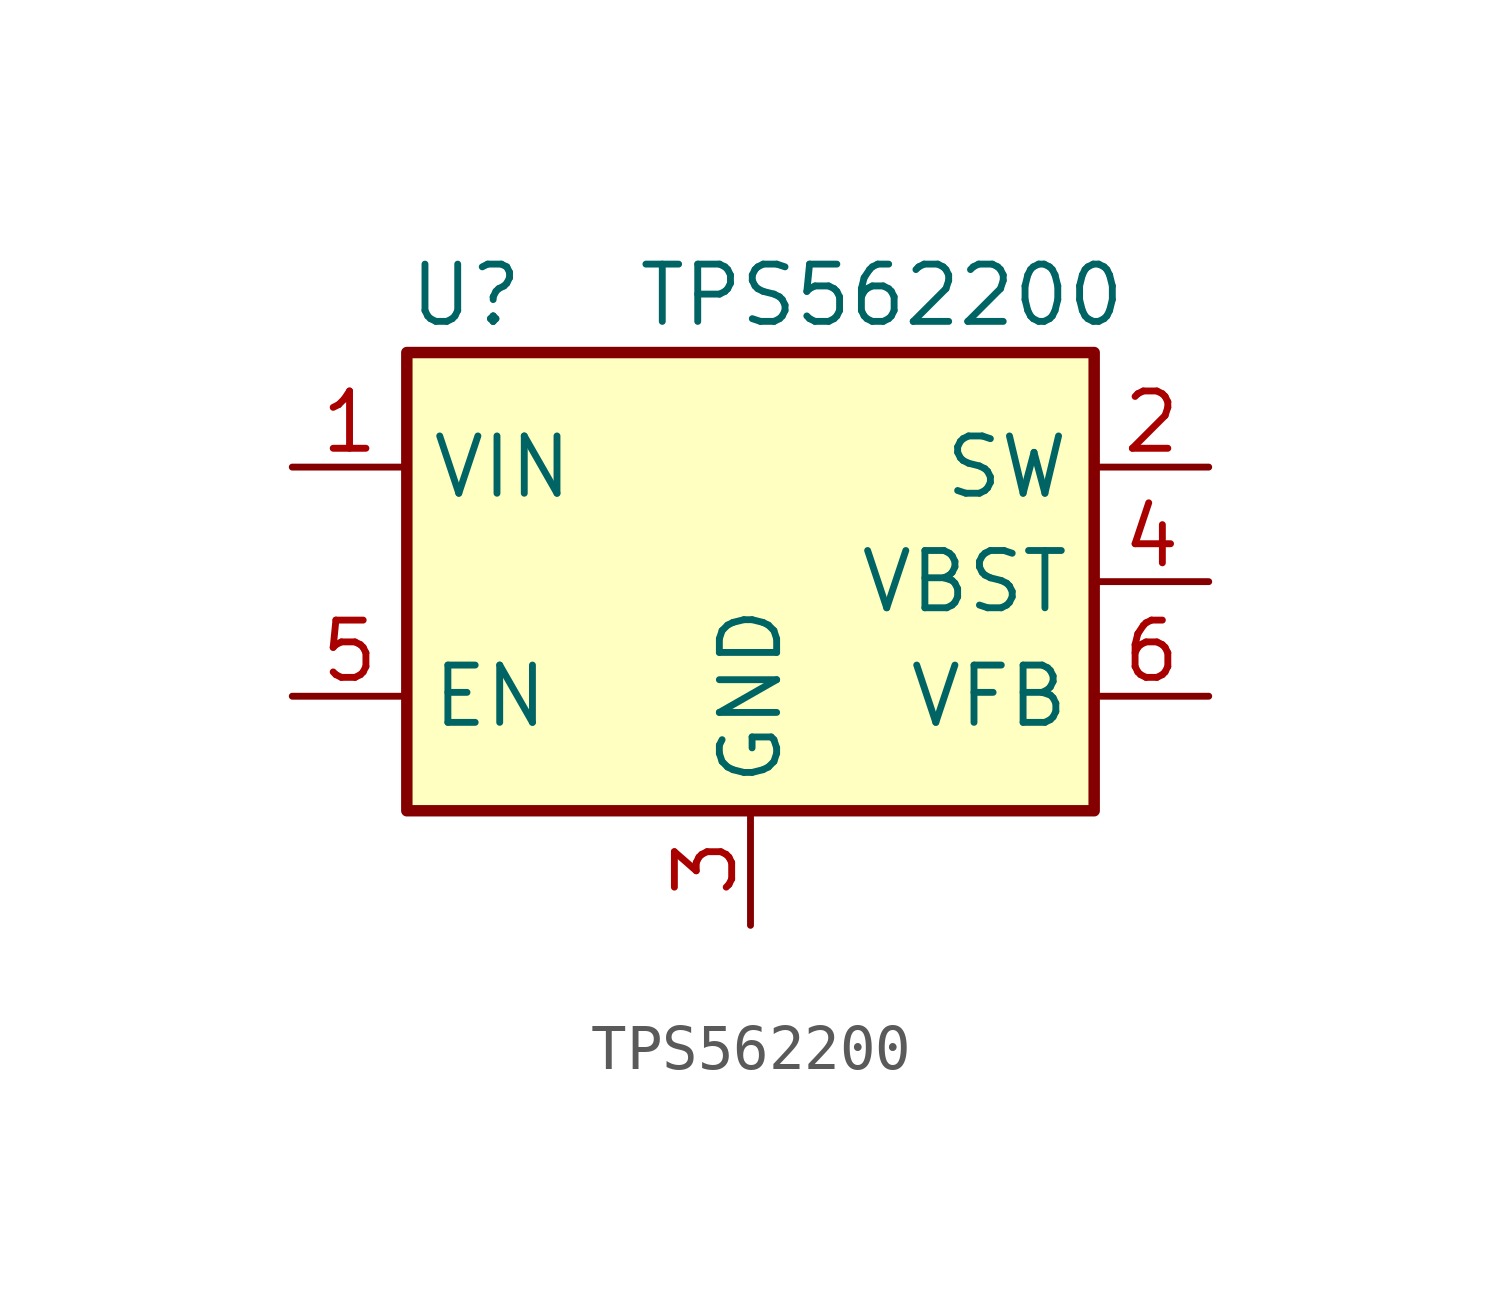
<source format=kicad_sym>
(kicad_symbol_lib
  (version 20241209)
  (generator "kicad_symbol_editor")
  (generator_version "9.0")
  (symbol "TPS562200"
    (property "Reference" "U"
      (at -7.62 6.35 0)
      (effects (font (size 1.27 1.27)) (justify left)))
    (property "Value" "TPS562200"
      (at -2.54 6.35 0)
      (effects (font (size 1.27 1.27)) (justify left)))
    (symbol "TPS562200_0_1"
      (rectangle (start -7.62 5.08) (end 7.62 -5.08) (stroke (width 0.254) (type default)) (fill (type background))))
    (symbol "TPS562200_1_1"
      (pin power_in line (at -10.16 2.54 0) (length 2.54) (name "VIN" (effects (font (size 1.27 1.27)))) (number "1" (effects (font (size 1.27 1.27)))))
      (pin input line (at -10.16 -2.54 0) (length 2.54) (name "EN" (effects (font (size 1.27 1.27)))) (number "5" (effects (font (size 1.27 1.27)))))
      (pin power_in line (at 0 -7.62 90) (length 2.54) (name "GND" (effects (font (size 1.27 1.27)))) (number "3" (effects (font (size 1.27 1.27)))))
      (pin output line (at 10.16 2.54 180) (length 2.54) (name "SW" (effects (font (size 1.27 1.27)))) (number "2" (effects (font (size 1.27 1.27)))))
      (pin passive line (at 10.16 0 180) (length 2.54) (name "VBST" (effects (font (size 1.27 1.27)))) (number "4" (effects (font (size 1.27 1.27)))))
      (pin input line (at 10.16 -2.54 180) (length 2.54) (name "VFB" (effects (font (size 1.27 1.27)))) (number "6" (effects (font (size 1.27 1.27))))))))
</source>
